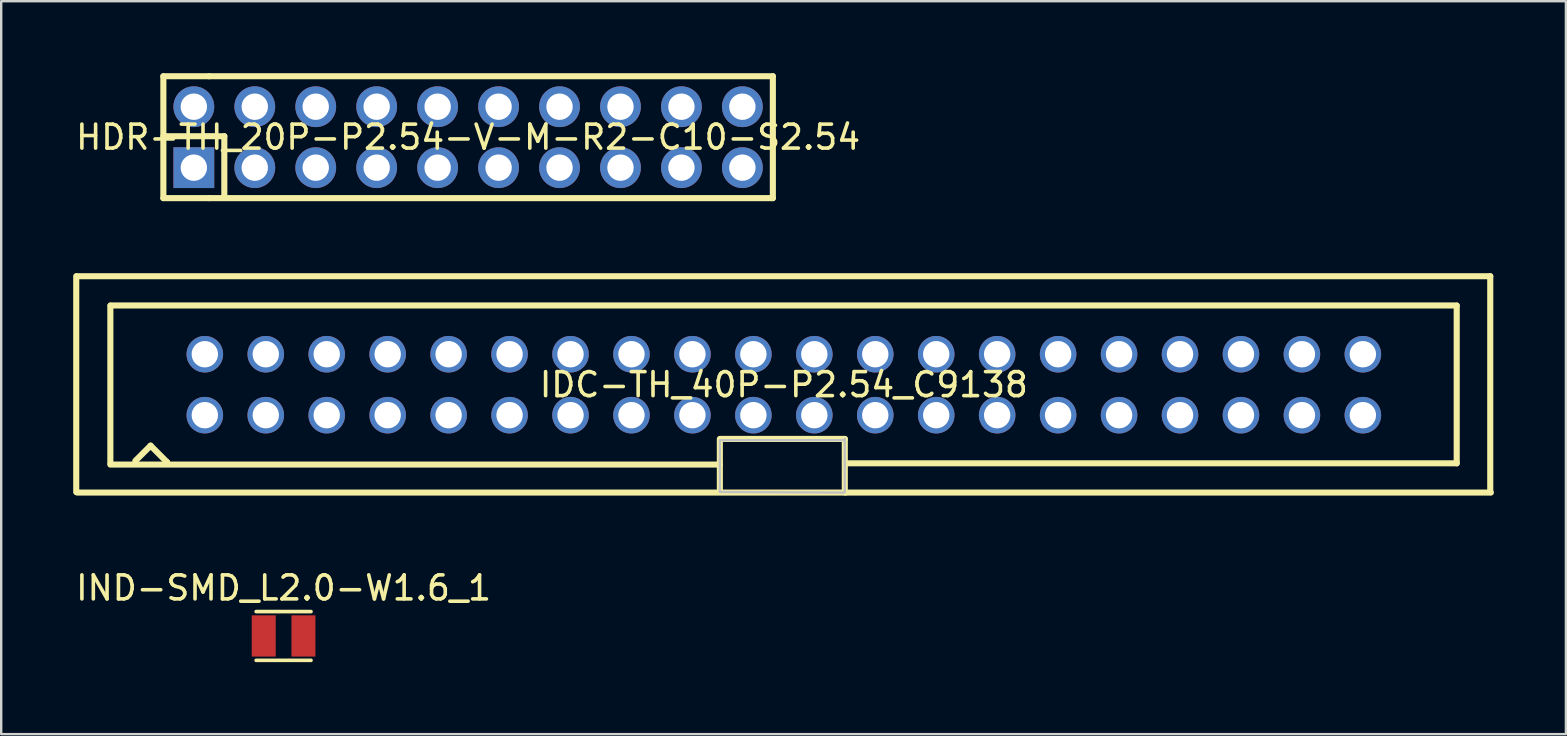
<source format=kicad_pcb>
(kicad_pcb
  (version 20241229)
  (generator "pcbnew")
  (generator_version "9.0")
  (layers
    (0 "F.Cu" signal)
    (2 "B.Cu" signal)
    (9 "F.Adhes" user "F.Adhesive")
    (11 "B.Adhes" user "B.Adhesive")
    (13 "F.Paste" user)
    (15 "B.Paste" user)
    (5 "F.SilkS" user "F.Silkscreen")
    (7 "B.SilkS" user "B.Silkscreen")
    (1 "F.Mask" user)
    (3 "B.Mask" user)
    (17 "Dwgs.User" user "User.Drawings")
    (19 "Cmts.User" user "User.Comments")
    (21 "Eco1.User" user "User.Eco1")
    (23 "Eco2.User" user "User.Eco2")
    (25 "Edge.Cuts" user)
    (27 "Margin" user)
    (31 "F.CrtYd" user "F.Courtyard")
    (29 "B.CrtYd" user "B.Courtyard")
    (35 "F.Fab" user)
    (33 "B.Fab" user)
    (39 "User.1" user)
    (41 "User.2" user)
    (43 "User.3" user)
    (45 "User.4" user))
  (footprint "IDC-TH_40P-P2.54_C9138"
    (layer "F.Cu")
    (at 29.616 12.982)
    (property "Reference" "IDC-TH_40P-P2.54_C9138" (at 0 0 0) (layer "F.SilkS") (effects (font (size 1 1) (thickness 0.15))))
    (fp_line (start -29.489 4.479) (end -29.489 -4.521) (stroke (width 0.254) (type default)) (layer "F.SilkS"))
    (fp_line (start -29.462 -4.521) (end 29.439 -4.521) (stroke (width 0.254) (type default)) (layer "F.SilkS"))
    (fp_line (start -29.436 4.496) (end 29.464 4.496) (stroke (width 0.254) (type default)) (layer "F.SilkS"))
    (fp_line (start -28.067 3.276) (end -28.067 -3.293) (stroke (width 0.254) (type default)) (layer "F.SilkS"))
    (fp_line (start -28.067 3.328) (end -2.667 3.328) (stroke (width 0.254) (type default)) (layer "F.SilkS"))
    (fp_line (start -28.058 -3.302) (end 28.041 -3.302) (stroke (width 0.254) (type default)) (layer "F.SilkS"))
    (fp_line (start -27.026 3.175) (end -26.39 2.54) (stroke (width 0.254) (type default)) (layer "F.SilkS"))
    (fp_line (start -26.39 2.54) (end -25.705 3.226) (stroke (width 0.254) (type default)) (layer "F.SilkS"))
    (fp_line (start -25.705 3.226) (end -25.705 3.251) (stroke (width 0.254) (type default)) (layer "F.SilkS"))
    (fp_line (start -2.667 2.26) (end 2.54 2.26) (stroke (width 0.254) (type default)) (layer "F.SilkS"))
    (fp_line (start -2.667 2.312) (end -2.667 4.471) (stroke (width 0.254) (type default)) (layer "F.SilkS"))
    (fp_line (start 2.54 2.26) (end 2.54 4.471) (stroke (width 0.254) (type default)) (layer "F.SilkS"))
    (fp_line (start 2.54 4.471) (end 2.566 4.496) (stroke (width 0.254) (type default)) (layer "F.SilkS"))
    (fp_line (start 2.642 3.276) (end 28.041 3.276) (stroke (width 0.254) (type default)) (layer "F.SilkS"))
    (fp_line (start 28.041 -3.293) (end 28.041 3.276) (stroke (width 0.254) (type default)) (layer "F.SilkS"))
    (fp_line (start 29.439 -4.521) (end 29.439 4.479) (stroke (width 0.254) (type default)) (layer "F.SilkS"))
    (fp_poly (pts (xy -2.667 4.471) (xy -2.667 2.312) (xy 2.489 2.312) (xy 2.54 2.26) (xy 2.54 4.471) (xy 2.514 4.496)) (stroke (width 0.1) (type default)) (fill no) (layer "Dwgs.User"))
    (fp_poly (pts (xy -24.45 -1.59) (xy -23.81 -1.59) (xy -23.81 -0.95) (xy -24.45 -0.95)) (stroke (width 0.1) (type default)) (fill no) (layer "User.1"))
    (fp_poly (pts (xy -24.45 0.95) (xy -23.81 0.95) (xy -23.81 1.59) (xy -24.45 1.59)) (stroke (width 0.1) (type default)) (fill no) (layer "User.1"))
    (fp_poly (pts (xy -21.91 -1.59) (xy -21.27 -1.59) (xy -21.27 -0.95) (xy -21.91 -0.95)) (stroke (width 0.1) (type default)) (fill no) (layer "User.1"))
    (fp_poly (pts (xy -21.91 0.95) (xy -21.27 0.95) (xy -21.27 1.59) (xy -21.91 1.59)) (stroke (width 0.1) (type default)) (fill no) (layer "User.1"))
    (fp_poly (pts (xy -19.37 -1.59) (xy -18.73 -1.59) (xy -18.73 -0.95) (xy -19.37 -0.95)) (stroke (width 0.1) (type default)) (fill no) (layer "User.1"))
    (fp_poly (pts (xy -19.37 0.95) (xy -18.73 0.95) (xy -18.73 1.59) (xy -19.37 1.59)) (stroke (width 0.1) (type default)) (fill no) (layer "User.1"))
    (fp_poly (pts (xy -16.83 -1.59) (xy -16.19 -1.59) (xy -16.19 -0.95) (xy -16.83 -0.95)) (stroke (width 0.1) (type default)) (fill no) (layer "User.1"))
    (fp_poly (pts (xy -16.83 0.95) (xy -16.19 0.95) (xy -16.19 1.59) (xy -16.83 1.59)) (stroke (width 0.1) (type default)) (fill no) (layer "User.1"))
    (fp_poly (pts (xy -14.29 -1.59) (xy -13.65 -1.59) (xy -13.65 -0.95) (xy -14.29 -0.95)) (stroke (width 0.1) (type default)) (fill no) (layer "User.1"))
    (fp_poly (pts (xy -14.29 0.95) (xy -13.65 0.95) (xy -13.65 1.59) (xy -14.29 1.59)) (stroke (width 0.1) (type default)) (fill no) (layer "User.1"))
    (fp_poly (pts (xy -11.75 -1.59) (xy -11.11 -1.59) (xy -11.11 -0.95) (xy -11.75 -0.95)) (stroke (width 0.1) (type default)) (fill no) (layer "User.1"))
    (fp_poly (pts (xy -11.75 0.95) (xy -11.11 0.95) (xy -11.11 1.59) (xy -11.75 1.59)) (stroke (width 0.1) (type default)) (fill no) (layer "User.1"))
    (fp_poly (pts (xy -9.21 -1.59) (xy -8.57 -1.59) (xy -8.57 -0.95) (xy -9.21 -0.95)) (stroke (width 0.1) (type default)) (fill no) (layer "User.1"))
    (fp_poly (pts (xy -9.21 0.95) (xy -8.57 0.95) (xy -8.57 1.59) (xy -9.21 1.59)) (stroke (width 0.1) (type default)) (fill no) (layer "User.1"))
    (fp_poly (pts (xy -6.67 -1.59) (xy -6.03 -1.59) (xy -6.03 -0.95) (xy -6.67 -0.95)) (stroke (width 0.1) (type default)) (fill no) (layer "User.1"))
    (fp_poly (pts (xy -6.67 0.95) (xy -6.03 0.95) (xy -6.03 1.59) (xy -6.67 1.59)) (stroke (width 0.1) (type default)) (fill no) (layer "User.1"))
    (fp_poly (pts (xy -4.13 -1.59) (xy -3.49 -1.59) (xy -3.49 -0.95) (xy -4.13 -0.95)) (stroke (width 0.1) (type default)) (fill no) (layer "User.1"))
    (fp_poly (pts (xy -4.13 0.95) (xy -3.49 0.95) (xy -3.49 1.59) (xy -4.13 1.59)) (stroke (width 0.1) (type default)) (fill no) (layer "User.1"))
    (fp_poly (pts (xy -1.59 -1.59) (xy -0.95 -1.59) (xy -0.95 -0.95) (xy -1.59 -0.95)) (stroke (width 0.1) (type default)) (fill no) (layer "User.1"))
    (fp_poly (pts (xy -1.59 0.95) (xy -0.95 0.95) (xy -0.95 1.59) (xy -1.59 1.59)) (stroke (width 0.1) (type default)) (fill no) (layer "User.1"))
    (fp_poly (pts (xy 0.95 -1.59) (xy 1.59 -1.59) (xy 1.59 -0.95) (xy 0.95 -0.95)) (stroke (width 0.1) (type default)) (fill no) (layer "User.1"))
    (fp_poly (pts (xy 0.95 0.95) (xy 1.59 0.95) (xy 1.59 1.59) (xy 0.95 1.59)) (stroke (width 0.1) (type default)) (fill no) (layer "User.1"))
    (fp_poly (pts (xy 3.49 -1.59) (xy 4.13 -1.59) (xy 4.13 -0.95) (xy 3.49 -0.95)) (stroke (width 0.1) (type default)) (fill no) (layer "User.1"))
    (fp_poly (pts (xy 3.49 0.95) (xy 4.13 0.95) (xy 4.13 1.59) (xy 3.49 1.59)) (stroke (width 0.1) (type default)) (fill no) (layer "User.1"))
    (fp_poly (pts (xy 6.03 -1.59) (xy 6.67 -1.59) (xy 6.67 -0.95) (xy 6.03 -0.95)) (stroke (width 0.1) (type default)) (fill no) (layer "User.1"))
    (fp_poly (pts (xy 6.03 0.95) (xy 6.67 0.95) (xy 6.67 1.59) (xy 6.03 1.59)) (stroke (width 0.1) (type default)) (fill no) (layer "User.1"))
    (fp_poly (pts (xy 8.57 -1.59) (xy 9.21 -1.59) (xy 9.21 -0.95) (xy 8.57 -0.95)) (stroke (width 0.1) (type default)) (fill no) (layer "User.1"))
    (fp_poly (pts (xy 8.57 0.95) (xy 9.21 0.95) (xy 9.21 1.59) (xy 8.57 1.59)) (stroke (width 0.1) (type default)) (fill no) (layer "User.1"))
    (fp_poly (pts (xy 11.11 -1.59) (xy 11.75 -1.59) (xy 11.75 -0.95) (xy 11.11 -0.95)) (stroke (width 0.1) (type default)) (fill no) (layer "User.1"))
    (fp_poly (pts (xy 11.11 0.95) (xy 11.75 0.95) (xy 11.75 1.59) (xy 11.11 1.59)) (stroke (width 0.1) (type default)) (fill no) (layer "User.1"))
    (fp_poly (pts (xy 13.65 -1.59) (xy 14.29 -1.59) (xy 14.29 -0.95) (xy 13.65 -0.95)) (stroke (width 0.1) (type default)) (fill no) (layer "User.1"))
    (fp_poly (pts (xy 13.65 0.95) (xy 14.29 0.95) (xy 14.29 1.59) (xy 13.65 1.59)) (stroke (width 0.1) (type default)) (fill no) (layer "User.1"))
    (fp_poly (pts (xy 16.19 -1.59) (xy 16.83 -1.59) (xy 16.83 -0.95) (xy 16.19 -0.95)) (stroke (width 0.1) (type default)) (fill no) (layer "User.1"))
    (fp_poly (pts (xy 16.19 0.95) (xy 16.83 0.95) (xy 16.83 1.59) (xy 16.19 1.59)) (stroke (width 0.1) (type default)) (fill no) (layer "User.1"))
    (fp_poly (pts (xy 18.73 -1.59) (xy 19.37 -1.59) (xy 19.37 -0.95) (xy 18.73 -0.95)) (stroke (width 0.1) (type default)) (fill no) (layer "User.1"))
    (fp_poly (pts (xy 18.73 0.95) (xy 19.37 0.95) (xy 19.37 1.59) (xy 18.73 1.59)) (stroke (width 0.1) (type default)) (fill no) (layer "User.1"))
    (fp_poly (pts (xy 21.27 -1.59) (xy 21.91 -1.59) (xy 21.91 -0.95) (xy 21.27 -0.95)) (stroke (width 0.1) (type default)) (fill no) (layer "User.1"))
    (fp_poly (pts (xy 21.27 0.95) (xy 21.91 0.95) (xy 21.91 1.59) (xy 21.27 1.59)) (stroke (width 0.1) (type default)) (fill no) (layer "User.1"))
    (fp_poly (pts (xy 23.81 -1.59) (xy 24.45 -1.59) (xy 24.45 -0.95) (xy 23.81 -0.95)) (stroke (width 0.1) (type default)) (fill no) (layer "User.1"))
    (fp_poly (pts (xy 23.81 0.95) (xy 24.45 0.95) (xy 24.45 1.59) (xy 23.81 1.59)) (stroke (width 0.1) (type default)) (fill no) (layer "User.1"))
    (fp_line (start -29.2 -4.45) (end 29.2 -4.45) (stroke (width 0.051) (type default)) (layer "User.2"))
    (fp_line (start -29.2 4.35) (end -29.2 -4.45) (stroke (width 0.051) (type default)) (layer "User.2"))
    (fp_line (start 29.2 -4.45) (end 29.2 4.35) (stroke (width 0.051) (type default)) (layer "User.2"))
    (fp_line (start 29.2 4.35) (end -29.2 4.35) (stroke (width 0.051) (type default)) (layer "User.2"))
    (fp_poly (pts (xy -29.14 4.35) (xy -29.158 4.308) (xy -29.2 4.29) (xy -29.242 4.308) (xy -29.26 4.35) (xy -29.242 4.392) (xy -29.2 4.41) (xy -29.158 4.392)) (stroke (width 0.1) (type default)) (fill no) (layer "User.3"))
    (pad "1" thru_hole circle (at -24.13 1.27) (size 1.524 1.524) (drill 1.1) (layers "*.Cu" "*.Mask"))
    (pad "2" thru_hole circle (at -24.13 -1.27) (size 1.524 1.524) (drill 1.1) (layers "*.Cu" "*.Mask"))
    (pad "3" thru_hole circle (at -21.59 1.27) (size 1.524 1.524) (drill 1.1) (layers "*.Cu" "*.Mask"))
    (pad "4" thru_hole circle (at -21.59 -1.27) (size 1.524 1.524) (drill 1.1) (layers "*.Cu" "*.Mask"))
    (pad "5" thru_hole circle (at -19.05 1.27) (size 1.524 1.524) (drill 1.1) (layers "*.Cu" "*.Mask"))
    (pad "6" thru_hole circle (at -19.05 -1.27) (size 1.524 1.524) (drill 1.1) (layers "*.Cu" "*.Mask"))
    (pad "7" thru_hole circle (at -16.51 1.27) (size 1.524 1.524) (drill 1.1) (layers "*.Cu" "*.Mask"))
    (pad "8" thru_hole circle (at -16.51 -1.27) (size 1.524 1.524) (drill 1.1) (layers "*.Cu" "*.Mask"))
    (pad "9" thru_hole circle (at -13.97 1.27) (size 1.524 1.524) (drill 1.1) (layers "*.Cu" "*.Mask"))
    (pad "10" thru_hole circle (at -13.97 -1.27) (size 1.524 1.524) (drill 1.1) (layers "*.Cu" "*.Mask"))
    (pad "11" thru_hole circle (at -11.43 1.27) (size 1.524 1.524) (drill 1.1) (layers "*.Cu" "*.Mask"))
    (pad "12" thru_hole circle (at -11.43 -1.27) (size 1.524 1.524) (drill 1.1) (layers "*.Cu" "*.Mask"))
    (pad "13" thru_hole circle (at -8.89 1.27) (size 1.524 1.524) (drill 1.1) (layers "*.Cu" "*.Mask"))
    (pad "14" thru_hole circle (at -8.89 -1.27) (size 1.524 1.524) (drill 1.1) (layers "*.Cu" "*.Mask"))
    (pad "15" thru_hole circle (at -6.35 1.27) (size 1.524 1.524) (drill 1.1) (layers "*.Cu" "*.Mask"))
    (pad "16" thru_hole circle (at -6.35 -1.27) (size 1.524 1.524) (drill 1.1) (layers "*.Cu" "*.Mask"))
    (pad "17" thru_hole circle (at -3.81 1.27) (size 1.524 1.524) (drill 1.1) (layers "*.Cu" "*.Mask"))
    (pad "18" thru_hole circle (at -3.81 -1.27) (size 1.524 1.524) (drill 1.1) (layers "*.Cu" "*.Mask"))
    (pad "19" thru_hole circle (at -1.27 1.27) (size 1.524 1.524) (drill 1.1) (layers "*.Cu" "*.Mask"))
    (pad "20" thru_hole circle (at -1.27 -1.27) (size 1.524 1.524) (drill 1.1) (layers "*.Cu" "*.Mask"))
    (pad "21" thru_hole circle (at 1.27 1.27) (size 1.524 1.524) (drill 1.1) (layers "*.Cu" "*.Mask"))
    (pad "22" thru_hole circle (at 1.27 -1.27) (size 1.524 1.524) (drill 1.1) (layers "*.Cu" "*.Mask"))
    (pad "23" thru_hole circle (at 3.81 1.27) (size 1.524 1.524) (drill 1.1) (layers "*.Cu" "*.Mask"))
    (pad "24" thru_hole circle (at 3.81 -1.27) (size 1.524 1.524) (drill 1.1) (layers "*.Cu" "*.Mask"))
    (pad "25" thru_hole circle (at 6.35 1.27) (size 1.524 1.524) (drill 1.1) (layers "*.Cu" "*.Mask"))
    (pad "26" thru_hole circle (at 6.35 -1.27) (size 1.524 1.524) (drill 1.1) (layers "*.Cu" "*.Mask"))
    (pad "27" thru_hole circle (at 8.89 1.27) (size 1.524 1.524) (drill 1.1) (layers "*.Cu" "*.Mask"))
    (pad "28" thru_hole circle (at 8.89 -1.27) (size 1.524 1.524) (drill 1.1) (layers "*.Cu" "*.Mask"))
    (pad "29" thru_hole circle (at 11.43 1.27) (size 1.524 1.524) (drill 1.1) (layers "*.Cu" "*.Mask"))
    (pad "30" thru_hole circle (at 11.43 -1.27) (size 1.524 1.524) (drill 1.1) (layers "*.Cu" "*.Mask"))
    (pad "31" thru_hole circle (at 13.97 1.27) (size 1.524 1.524) (drill 1.1) (layers "*.Cu" "*.Mask"))
    (pad "32" thru_hole circle (at 13.97 -1.27) (size 1.524 1.524) (drill 1.1) (layers "*.Cu" "*.Mask"))
    (pad "33" thru_hole circle (at 16.51 1.27) (size 1.524 1.524) (drill 1.1) (layers "*.Cu" "*.Mask"))
    (pad "34" thru_hole circle (at 16.51 -1.27) (size 1.524 1.524) (drill 1.1) (layers "*.Cu" "*.Mask"))
    (pad "35" thru_hole circle (at 19.05 1.27) (size 1.524 1.524) (drill 1.1) (layers "*.Cu" "*.Mask"))
    (pad "36" thru_hole circle (at 19.05 -1.27) (size 1.524 1.524) (drill 1.1) (layers "*.Cu" "*.Mask"))
    (pad "37" thru_hole circle (at 21.59 1.27) (size 1.524 1.524) (drill 1.1) (layers "*.Cu" "*.Mask"))
    (pad "38" thru_hole circle (at 21.59 -1.27) (size 1.524 1.524) (drill 1.1) (layers "*.Cu" "*.Mask"))
    (pad "39" thru_hole circle (at 24.13 1.27) (size 1.524 1.524) (drill 1.1) (layers "*.Cu" "*.Mask"))
    (pad "40" thru_hole circle (at 24.13 -1.27) (size 1.524 1.524) (drill 1.1) (layers "*.Cu" "*.Mask")))
  (footprint "IND-SMD_L2.0-W1.6_1"
    (layer "F.Cu")
    (at 8.768 23.453)
    (property "Reference" "IND-SMD_L2.0-W1.6_1" (at 0 -2 0) (layer "F.SilkS") (effects (font (size 1 1) (thickness 0.15))))
    (fp_line (start -1.143 -1.016) (end 1.143 -1.016) (stroke (width 0.152) (type default)) (layer "F.SilkS"))
    (fp_line (start 1.143 1.016) (end -1.143 1.016) (stroke (width 0.152) (type default)) (layer "F.SilkS"))
    (fp_poly (pts (xy -1 -0.8) (xy -0.4 -0.8) (xy -0.4 0.8) (xy -1 0.8)) (stroke (width 0.1) (type default)) (fill no) (layer "User.1"))
    (fp_poly (pts (xy 0.4 -0.8) (xy 1 -0.8) (xy 1 0.8) (xy 0.4 0.8)) (stroke (width 0.1) (type default)) (fill no) (layer "User.1"))
    (fp_line (start -1 -0.8) (end 1 -0.8) (stroke (width 0.051) (type default)) (layer "User.2"))
    (fp_line (start -1 0.8) (end -1 -0.8) (stroke (width 0.051) (type default)) (layer "User.2"))
    (fp_line (start 1 -0.8) (end 1 0.8) (stroke (width 0.051) (type default)) (layer "User.2"))
    (fp_line (start 1 0.8) (end -1 0.8) (stroke (width 0.051) (type default)) (layer "User.2"))
    (fp_poly (pts (xy 1.06 -0.8) (xy 1.042 -0.842) (xy 1 -0.86) (xy 0.958 -0.842) (xy 0.94 -0.8) (xy 0.958 -0.758) (xy 1 -0.74) (xy 1.042 -0.758)) (stroke (width 0.1) (type default)) (fill no) (layer "User.3"))
    (pad "1" smd rect (at 0.828 0) (size 1 1.72) (layers "F.Cu" "F.Mask" "F.Paste"))
    (pad "2" smd rect (at -0.828 0) (size 1 1.72) (layers "F.Cu" "F.Mask" "F.Paste")))
  (footprint "HDR-TH_20P-P2.54-V-M-R2-C10-S2.54"
    (layer "F.Cu")
    (at 16.458 2.667)
    (property "Reference" "HDR-TH_20P-P2.54-V-M-R2-C10-S2.54" (at 0 0 0) (layer "F.SilkS") (effects (font (size 1 1) (thickness 0.15))))
    (fp_line (start -12.7 -2.54) (end -10.795 -2.54) (stroke (width 0.254) (type default)) (layer "F.SilkS"))
    (fp_line (start -12.7 2.54) (end -12.7 -2.54) (stroke (width 0.254) (type default)) (layer "F.SilkS"))
    (fp_line (start -10.795 -2.54) (end 12.7 -2.54) (stroke (width 0.254) (type default)) (layer "F.SilkS"))
    (fp_line (start -10.795 2.54) (end -12.7 2.54) (stroke (width 0.254) (type default)) (layer "F.SilkS"))
    (fp_line (start -10.16 -0.04) (end -12.7 -0.04) (stroke (width 0.254) (type default)) (layer "F.SilkS"))
    (fp_line (start -10.16 2.5) (end -10.16 -0.04) (stroke (width 0.254) (type default)) (layer "F.SilkS"))
    (fp_line (start 12.7 -2.54) (end 12.7 2.54) (stroke (width 0.254) (type default)) (layer "F.SilkS"))
    (fp_line (start 12.7 2.54) (end -10.795 2.54) (stroke (width 0.254) (type default)) (layer "F.SilkS"))
    (fp_poly (pts (xy -11.75 -1.59) (xy -11.11 -1.59) (xy -11.11 -0.95) (xy -11.75 -0.95)) (stroke (width 0.1) (type default)) (fill no) (layer "User.1"))
    (fp_poly (pts (xy -11.75 0.95) (xy -11.11 0.95) (xy -11.11 1.59) (xy -11.75 1.59)) (stroke (width 0.1) (type default)) (fill no) (layer "User.1"))
    (fp_poly (pts (xy -9.21 -1.59) (xy -8.57 -1.59) (xy -8.57 -0.95) (xy -9.21 -0.95)) (stroke (width 0.1) (type default)) (fill no) (layer "User.1"))
    (fp_poly (pts (xy -9.21 0.95) (xy -8.57 0.95) (xy -8.57 1.59) (xy -9.21 1.59)) (stroke (width 0.1) (type default)) (fill no) (layer "User.1"))
    (fp_poly (pts (xy -6.67 -1.59) (xy -6.03 -1.59) (xy -6.03 -0.95) (xy -6.67 -0.95)) (stroke (width 0.1) (type default)) (fill no) (layer "User.1"))
    (fp_poly (pts (xy -6.67 0.95) (xy -6.03 0.95) (xy -6.03 1.59) (xy -6.67 1.59)) (stroke (width 0.1) (type default)) (fill no) (layer "User.1"))
    (fp_poly (pts (xy -4.13 -1.59) (xy -3.49 -1.59) (xy -3.49 -0.95) (xy -4.13 -0.95)) (stroke (width 0.1) (type default)) (fill no) (layer "User.1"))
    (fp_poly (pts (xy -4.13 0.95) (xy -3.49 0.95) (xy -3.49 1.59) (xy -4.13 1.59)) (stroke (width 0.1) (type default)) (fill no) (layer "User.1"))
    (fp_poly (pts (xy -1.59 -1.59) (xy -0.95 -1.59) (xy -0.95 -0.95) (xy -1.59 -0.95)) (stroke (width 0.1) (type default)) (fill no) (layer "User.1"))
    (fp_poly (pts (xy -1.59 0.95) (xy -0.95 0.95) (xy -0.95 1.59) (xy -1.59 1.59)) (stroke (width 0.1) (type default)) (fill no) (layer "User.1"))
    (fp_poly (pts (xy 0.95 -1.59) (xy 1.59 -1.59) (xy 1.59 -0.95) (xy 0.95 -0.95)) (stroke (width 0.1) (type default)) (fill no) (layer "User.1"))
    (fp_poly (pts (xy 0.95 0.95) (xy 1.59 0.95) (xy 1.59 1.59) (xy 0.95 1.59)) (stroke (width 0.1) (type default)) (fill no) (layer "User.1"))
    (fp_poly (pts (xy 3.49 -1.59) (xy 4.13 -1.59) (xy 4.13 -0.95) (xy 3.49 -0.95)) (stroke (width 0.1) (type default)) (fill no) (layer "User.1"))
    (fp_poly (pts (xy 3.49 0.95) (xy 4.13 0.95) (xy 4.13 1.59) (xy 3.49 1.59)) (stroke (width 0.1) (type default)) (fill no) (layer "User.1"))
    (fp_poly (pts (xy 6.03 -1.59) (xy 6.67 -1.59) (xy 6.67 -0.95) (xy 6.03 -0.95)) (stroke (width 0.1) (type default)) (fill no) (layer "User.1"))
    (fp_poly (pts (xy 6.03 0.95) (xy 6.67 0.95) (xy 6.67 1.59) (xy 6.03 1.59)) (stroke (width 0.1) (type default)) (fill no) (layer "User.1"))
    (fp_poly (pts (xy 8.57 -1.59) (xy 9.21 -1.59) (xy 9.21 -0.95) (xy 8.57 -0.95)) (stroke (width 0.1) (type default)) (fill no) (layer "User.1"))
    (fp_poly (pts (xy 8.57 0.95) (xy 9.21 0.95) (xy 9.21 1.59) (xy 8.57 1.59)) (stroke (width 0.1) (type default)) (fill no) (layer "User.1"))
    (fp_poly (pts (xy 11.11 -1.59) (xy 11.75 -1.59) (xy 11.75 -0.95) (xy 11.11 -0.95)) (stroke (width 0.1) (type default)) (fill no) (layer "User.1"))
    (fp_poly (pts (xy 11.11 0.95) (xy 11.75 0.95) (xy 11.75 1.59) (xy 11.11 1.59)) (stroke (width 0.1) (type default)) (fill no) (layer "User.1"))
    (fp_line (start -12.7 -2.5) (end 12.7 -2.5) (stroke (width 0.051) (type default)) (layer "User.2"))
    (fp_line (start -12.7 2.5) (end -12.7 -2.5) (stroke (width 0.051) (type default)) (layer "User.2"))
    (fp_line (start 12.7 -2.5) (end 12.7 2.5) (stroke (width 0.051) (type default)) (layer "User.2"))
    (fp_line (start 12.7 2.5) (end -12.7 2.5) (stroke (width 0.051) (type default)) (layer "User.2"))
    (fp_poly (pts (xy -12.64 2.5) (xy -12.658 2.458) (xy -12.7 2.44) (xy -12.742 2.458) (xy -12.76 2.5) (xy -12.742 2.542) (xy -12.7 2.56) (xy -12.658 2.542)) (stroke (width 0.1) (type default)) (fill no) (layer "User.3"))
    (pad "1" thru_hole rect (at -11.43 1.27) (size 1.7 1.7) (drill 1.1) (layers "*.Cu" "*.Mask"))
    (pad "2" thru_hole circle (at -11.43 -1.27) (size 1.7 1.7) (drill 1.1) (layers "*.Cu" "*.Mask"))
    (pad "3" thru_hole circle (at -8.89 1.27) (size 1.7 1.7) (drill 1.1) (layers "*.Cu" "*.Mask"))
    (pad "4" thru_hole circle (at -8.89 -1.27) (size 1.7 1.7) (drill 1.1) (layers "*.Cu" "*.Mask"))
    (pad "5" thru_hole circle (at -6.35 1.27) (size 1.7 1.7) (drill 1.1) (layers "*.Cu" "*.Mask"))
    (pad "6" thru_hole circle (at -6.35 -1.27) (size 1.7 1.7) (drill 1.1) (layers "*.Cu" "*.Mask"))
    (pad "7" thru_hole circle (at -3.81 1.27) (size 1.7 1.7) (drill 1.1) (layers "*.Cu" "*.Mask"))
    (pad "8" thru_hole circle (at -3.81 -1.27) (size 1.7 1.7) (drill 1.1) (layers "*.Cu" "*.Mask"))
    (pad "9" thru_hole circle (at -1.27 1.27) (size 1.7 1.7) (drill 1.1) (layers "*.Cu" "*.Mask"))
    (pad "10" thru_hole circle (at -1.27 -1.27) (size 1.7 1.7) (drill 1.1) (layers "*.Cu" "*.Mask"))
    (pad "11" thru_hole circle (at 1.27 1.27) (size 1.7 1.7) (drill 1.1) (layers "*.Cu" "*.Mask"))
    (pad "12" thru_hole circle (at 1.27 -1.27) (size 1.7 1.7) (drill 1.1) (layers "*.Cu" "*.Mask"))
    (pad "13" thru_hole circle (at 3.81 1.27) (size 1.7 1.7) (drill 1.1) (layers "*.Cu" "*.Mask"))
    (pad "14" thru_hole circle (at 3.81 -1.27) (size 1.7 1.7) (drill 1.1) (layers "*.Cu" "*.Mask"))
    (pad "15" thru_hole circle (at 6.35 1.27) (size 1.7 1.7) (drill 1.1) (layers "*.Cu" "*.Mask"))
    (pad "16" thru_hole circle (at 6.35 -1.27) (size 1.7 1.7) (drill 1.1) (layers "*.Cu" "*.Mask"))
    (pad "17" thru_hole circle (at 8.89 1.27) (size 1.7 1.7) (drill 1.1) (layers "*.Cu" "*.Mask"))
    (pad "18" thru_hole circle (at 8.89 -1.27) (size 1.7 1.7) (drill 1.1) (layers "*.Cu" "*.Mask"))
    (pad "19" thru_hole circle (at 11.43 1.27) (size 1.7 1.7) (drill 1.1) (layers "*.Cu" "*.Mask"))
    (pad "20" thru_hole circle (at 11.43 -1.27) (size 1.7 1.7) (drill 1.1) (layers "*.Cu" "*.Mask")))
  (gr_rect
    (start -3 -3)
    (end 62.208 27.545)
    (stroke (width 0.1) (type default))
    (fill no)
    (layer "Edge.Cuts")))
</source>
